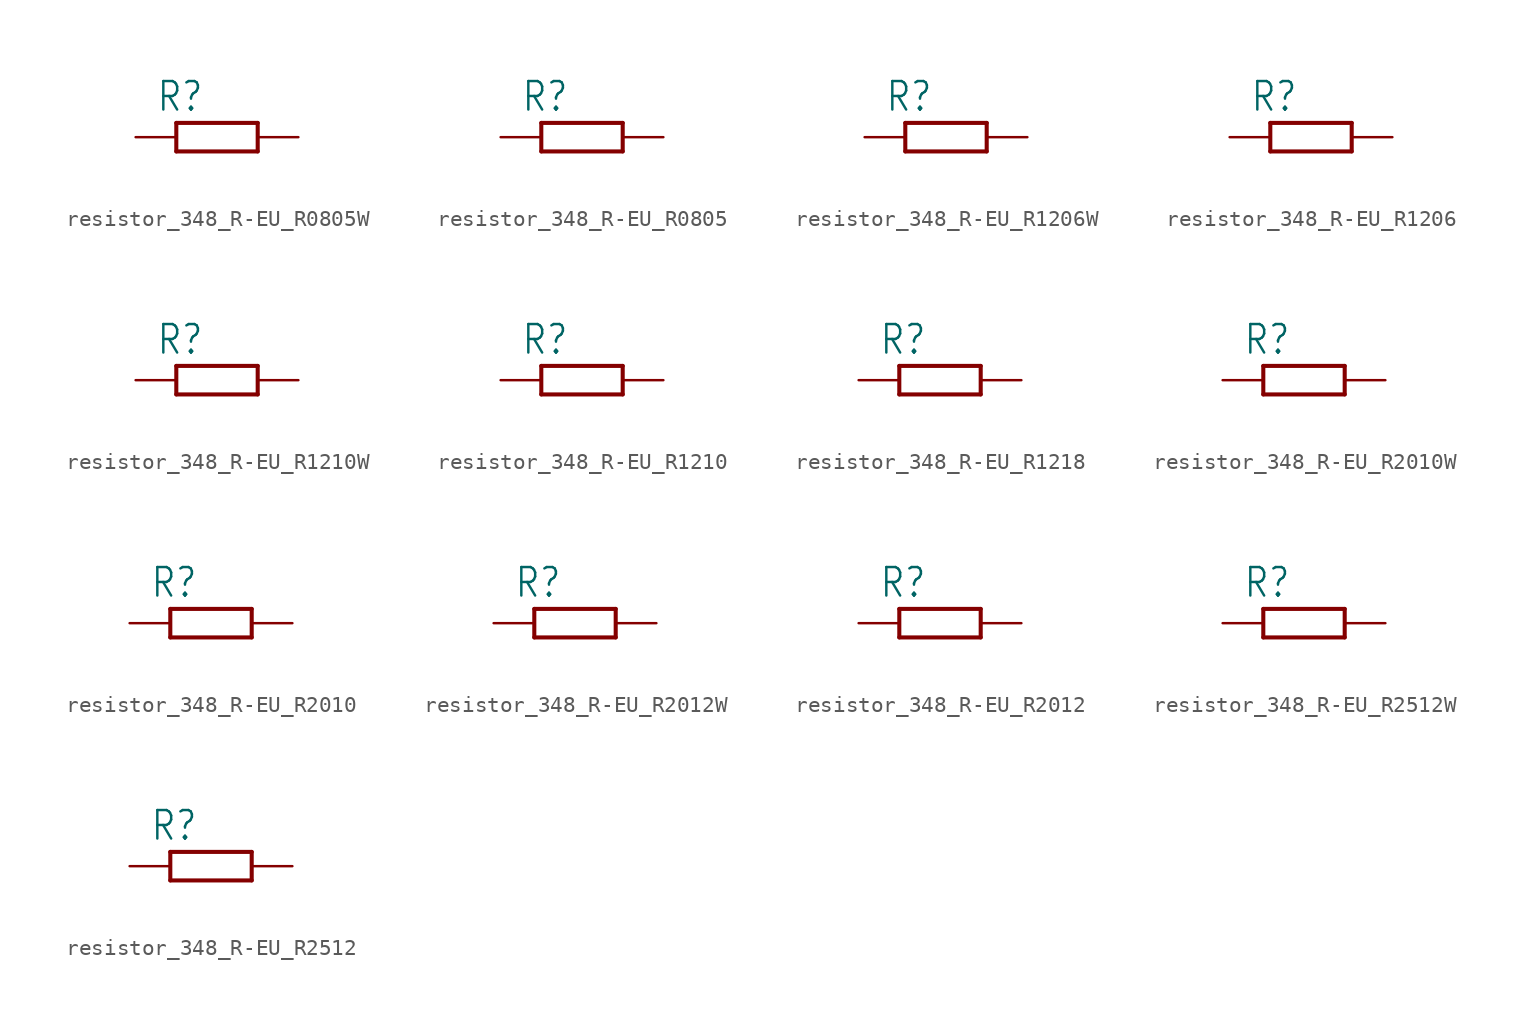
<source format=kicad_sym>
(kicad_symbol_lib
  (version 20241209)
  (generator "kicad_symbol_editor")
  (generator_version "9.0")
  (symbol "resistor_348_R-EU_R0805W"
    (property "Reference" "R"
      (at -3.81 1.499 0)
      (effects (font (size 1.778 1.511)) (justify left bottom)))
    (property "Value" ""
      (at -3.81 -3.302 0)
      (effects (font (size 1.778 1.511)) (justify left bottom)))
    (property "ki_locked" ""
      (at 0 0 0)
      (effects (font (size 1.27 1.27))))
    (symbol "resistor_348_R-EU_R0805W_1_0"
      (polyline (pts (xy -2.54 -0.889) (xy -2.54 0.889)) (stroke (width 0.254) (type solid)) (fill (type none)))
      (polyline (pts (xy -2.54 -0.889) (xy 2.54 -0.889)) (stroke (width 0.254) (type solid)) (fill (type none)))
      (polyline (pts (xy 2.54 0.889) (xy -2.54 0.889)) (stroke (width 0.254) (type solid)) (fill (type none)))
      (polyline (pts (xy 2.54 -0.889) (xy 2.54 0.889)) (stroke (width 0.254) (type solid)) (fill (type none)))
      (pin passive line (at -5.08 0 0) (length 2.54) (name "1" (effects (font (size 0 0)))) (number "1" (effects (font (size 0 0)))))
      (pin passive line (at 5.08 0 180) (length 2.54) (name "2" (effects (font (size 0 0)))) (number "2" (effects (font (size 0 0)))))))
  (symbol "resistor_348_R-EU_R0805"
    (property "Reference" "R"
      (at -3.81 1.499 0)
      (effects (font (size 1.778 1.511)) (justify left bottom)))
    (property "Value" ""
      (at -3.81 -3.302 0)
      (effects (font (size 1.778 1.511)) (justify left bottom)))
    (property "ki_locked" ""
      (at 0 0 0)
      (effects (font (size 1.27 1.27))))
    (symbol "resistor_348_R-EU_R0805_1_0"
      (polyline (pts (xy -2.54 -0.889) (xy -2.54 0.889)) (stroke (width 0.254) (type solid)) (fill (type none)))
      (polyline (pts (xy -2.54 -0.889) (xy 2.54 -0.889)) (stroke (width 0.254) (type solid)) (fill (type none)))
      (polyline (pts (xy 2.54 0.889) (xy -2.54 0.889)) (stroke (width 0.254) (type solid)) (fill (type none)))
      (polyline (pts (xy 2.54 -0.889) (xy 2.54 0.889)) (stroke (width 0.254) (type solid)) (fill (type none)))
      (pin passive line (at -5.08 0 0) (length 2.54) (name "1" (effects (font (size 0 0)))) (number "1" (effects (font (size 0 0)))))
      (pin passive line (at 5.08 0 180) (length 2.54) (name "2" (effects (font (size 0 0)))) (number "2" (effects (font (size 0 0)))))))
  (symbol "resistor_348_R-EU_R1206W"
    (property "Reference" "R"
      (at -3.81 1.499 0)
      (effects (font (size 1.778 1.511)) (justify left bottom)))
    (property "Value" ""
      (at -3.81 -3.302 0)
      (effects (font (size 1.778 1.511)) (justify left bottom)))
    (property "ki_locked" ""
      (at 0 0 0)
      (effects (font (size 1.27 1.27))))
    (symbol "resistor_348_R-EU_R1206W_1_0"
      (polyline (pts (xy -2.54 -0.889) (xy -2.54 0.889)) (stroke (width 0.254) (type solid)) (fill (type none)))
      (polyline (pts (xy -2.54 -0.889) (xy 2.54 -0.889)) (stroke (width 0.254) (type solid)) (fill (type none)))
      (polyline (pts (xy 2.54 0.889) (xy -2.54 0.889)) (stroke (width 0.254) (type solid)) (fill (type none)))
      (polyline (pts (xy 2.54 -0.889) (xy 2.54 0.889)) (stroke (width 0.254) (type solid)) (fill (type none)))
      (pin passive line (at -5.08 0 0) (length 2.54) (name "1" (effects (font (size 0 0)))) (number "1" (effects (font (size 0 0)))))
      (pin passive line (at 5.08 0 180) (length 2.54) (name "2" (effects (font (size 0 0)))) (number "2" (effects (font (size 0 0)))))))
  (symbol "resistor_348_R-EU_R1206"
    (property "Reference" "R"
      (at -3.81 1.499 0)
      (effects (font (size 1.778 1.511)) (justify left bottom)))
    (property "Value" ""
      (at -3.81 -3.302 0)
      (effects (font (size 1.778 1.511)) (justify left bottom)))
    (property "ki_locked" ""
      (at 0 0 0)
      (effects (font (size 1.27 1.27))))
    (symbol "resistor_348_R-EU_R1206_1_0"
      (polyline (pts (xy -2.54 -0.889) (xy -2.54 0.889)) (stroke (width 0.254) (type solid)) (fill (type none)))
      (polyline (pts (xy -2.54 -0.889) (xy 2.54 -0.889)) (stroke (width 0.254) (type solid)) (fill (type none)))
      (polyline (pts (xy 2.54 0.889) (xy -2.54 0.889)) (stroke (width 0.254) (type solid)) (fill (type none)))
      (polyline (pts (xy 2.54 -0.889) (xy 2.54 0.889)) (stroke (width 0.254) (type solid)) (fill (type none)))
      (pin passive line (at -5.08 0 0) (length 2.54) (name "1" (effects (font (size 0 0)))) (number "1" (effects (font (size 0 0)))))
      (pin passive line (at 5.08 0 180) (length 2.54) (name "2" (effects (font (size 0 0)))) (number "2" (effects (font (size 0 0)))))))
  (symbol "resistor_348_R-EU_R1210W"
    (property "Reference" "R"
      (at -3.81 1.499 0)
      (effects (font (size 1.778 1.511)) (justify left bottom)))
    (property "Value" ""
      (at -3.81 -3.302 0)
      (effects (font (size 1.778 1.511)) (justify left bottom)))
    (property "ki_locked" ""
      (at 0 0 0)
      (effects (font (size 1.27 1.27))))
    (symbol "resistor_348_R-EU_R1210W_1_0"
      (polyline (pts (xy -2.54 -0.889) (xy -2.54 0.889)) (stroke (width 0.254) (type solid)) (fill (type none)))
      (polyline (pts (xy -2.54 -0.889) (xy 2.54 -0.889)) (stroke (width 0.254) (type solid)) (fill (type none)))
      (polyline (pts (xy 2.54 0.889) (xy -2.54 0.889)) (stroke (width 0.254) (type solid)) (fill (type none)))
      (polyline (pts (xy 2.54 -0.889) (xy 2.54 0.889)) (stroke (width 0.254) (type solid)) (fill (type none)))
      (pin passive line (at -5.08 0 0) (length 2.54) (name "1" (effects (font (size 0 0)))) (number "1" (effects (font (size 0 0)))))
      (pin passive line (at 5.08 0 180) (length 2.54) (name "2" (effects (font (size 0 0)))) (number "2" (effects (font (size 0 0)))))))
  (symbol "resistor_348_R-EU_R1210"
    (property "Reference" "R"
      (at -3.81 1.499 0)
      (effects (font (size 1.778 1.511)) (justify left bottom)))
    (property "Value" ""
      (at -3.81 -3.302 0)
      (effects (font (size 1.778 1.511)) (justify left bottom)))
    (property "ki_locked" ""
      (at 0 0 0)
      (effects (font (size 1.27 1.27))))
    (symbol "resistor_348_R-EU_R1210_1_0"
      (polyline (pts (xy -2.54 -0.889) (xy -2.54 0.889)) (stroke (width 0.254) (type solid)) (fill (type none)))
      (polyline (pts (xy -2.54 -0.889) (xy 2.54 -0.889)) (stroke (width 0.254) (type solid)) (fill (type none)))
      (polyline (pts (xy 2.54 0.889) (xy -2.54 0.889)) (stroke (width 0.254) (type solid)) (fill (type none)))
      (polyline (pts (xy 2.54 -0.889) (xy 2.54 0.889)) (stroke (width 0.254) (type solid)) (fill (type none)))
      (pin passive line (at -5.08 0 0) (length 2.54) (name "1" (effects (font (size 0 0)))) (number "1" (effects (font (size 0 0)))))
      (pin passive line (at 5.08 0 180) (length 2.54) (name "2" (effects (font (size 0 0)))) (number "2" (effects (font (size 0 0)))))))
  (symbol "resistor_348_R-EU_R1218"
    (property "Reference" "R"
      (at -3.81 1.499 0)
      (effects (font (size 1.778 1.511)) (justify left bottom)))
    (property "Value" ""
      (at -3.81 -3.302 0)
      (effects (font (size 1.778 1.511)) (justify left bottom)))
    (property "ki_locked" ""
      (at 0 0 0)
      (effects (font (size 1.27 1.27))))
    (symbol "resistor_348_R-EU_R1218_1_0"
      (polyline (pts (xy -2.54 -0.889) (xy -2.54 0.889)) (stroke (width 0.254) (type solid)) (fill (type none)))
      (polyline (pts (xy -2.54 -0.889) (xy 2.54 -0.889)) (stroke (width 0.254) (type solid)) (fill (type none)))
      (polyline (pts (xy 2.54 0.889) (xy -2.54 0.889)) (stroke (width 0.254) (type solid)) (fill (type none)))
      (polyline (pts (xy 2.54 -0.889) (xy 2.54 0.889)) (stroke (width 0.254) (type solid)) (fill (type none)))
      (pin passive line (at -5.08 0 0) (length 2.54) (name "1" (effects (font (size 0 0)))) (number "1" (effects (font (size 0 0)))))
      (pin passive line (at 5.08 0 180) (length 2.54) (name "2" (effects (font (size 0 0)))) (number "2" (effects (font (size 0 0)))))))
  (symbol "resistor_348_R-EU_R2010W"
    (property "Reference" "R"
      (at -3.81 1.499 0)
      (effects (font (size 1.778 1.511)) (justify left bottom)))
    (property "Value" ""
      (at -3.81 -3.302 0)
      (effects (font (size 1.778 1.511)) (justify left bottom)))
    (property "ki_locked" ""
      (at 0 0 0)
      (effects (font (size 1.27 1.27))))
    (symbol "resistor_348_R-EU_R2010W_1_0"
      (polyline (pts (xy -2.54 -0.889) (xy -2.54 0.889)) (stroke (width 0.254) (type solid)) (fill (type none)))
      (polyline (pts (xy -2.54 -0.889) (xy 2.54 -0.889)) (stroke (width 0.254) (type solid)) (fill (type none)))
      (polyline (pts (xy 2.54 0.889) (xy -2.54 0.889)) (stroke (width 0.254) (type solid)) (fill (type none)))
      (polyline (pts (xy 2.54 -0.889) (xy 2.54 0.889)) (stroke (width 0.254) (type solid)) (fill (type none)))
      (pin passive line (at -5.08 0 0) (length 2.54) (name "1" (effects (font (size 0 0)))) (number "1" (effects (font (size 0 0)))))
      (pin passive line (at 5.08 0 180) (length 2.54) (name "2" (effects (font (size 0 0)))) (number "2" (effects (font (size 0 0)))))))
  (symbol "resistor_348_R-EU_R2010"
    (property "Reference" "R"
      (at -3.81 1.499 0)
      (effects (font (size 1.778 1.511)) (justify left bottom)))
    (property "Value" ""
      (at -3.81 -3.302 0)
      (effects (font (size 1.778 1.511)) (justify left bottom)))
    (property "ki_locked" ""
      (at 0 0 0)
      (effects (font (size 1.27 1.27))))
    (symbol "resistor_348_R-EU_R2010_1_0"
      (polyline (pts (xy -2.54 -0.889) (xy -2.54 0.889)) (stroke (width 0.254) (type solid)) (fill (type none)))
      (polyline (pts (xy -2.54 -0.889) (xy 2.54 -0.889)) (stroke (width 0.254) (type solid)) (fill (type none)))
      (polyline (pts (xy 2.54 0.889) (xy -2.54 0.889)) (stroke (width 0.254) (type solid)) (fill (type none)))
      (polyline (pts (xy 2.54 -0.889) (xy 2.54 0.889)) (stroke (width 0.254) (type solid)) (fill (type none)))
      (pin passive line (at -5.08 0 0) (length 2.54) (name "1" (effects (font (size 0 0)))) (number "1" (effects (font (size 0 0)))))
      (pin passive line (at 5.08 0 180) (length 2.54) (name "2" (effects (font (size 0 0)))) (number "2" (effects (font (size 0 0)))))))
  (symbol "resistor_348_R-EU_R2012W"
    (property "Reference" "R"
      (at -3.81 1.499 0)
      (effects (font (size 1.778 1.511)) (justify left bottom)))
    (property "Value" ""
      (at -3.81 -3.302 0)
      (effects (font (size 1.778 1.511)) (justify left bottom)))
    (property "ki_locked" ""
      (at 0 0 0)
      (effects (font (size 1.27 1.27))))
    (symbol "resistor_348_R-EU_R2012W_1_0"
      (polyline (pts (xy -2.54 -0.889) (xy -2.54 0.889)) (stroke (width 0.254) (type solid)) (fill (type none)))
      (polyline (pts (xy -2.54 -0.889) (xy 2.54 -0.889)) (stroke (width 0.254) (type solid)) (fill (type none)))
      (polyline (pts (xy 2.54 0.889) (xy -2.54 0.889)) (stroke (width 0.254) (type solid)) (fill (type none)))
      (polyline (pts (xy 2.54 -0.889) (xy 2.54 0.889)) (stroke (width 0.254) (type solid)) (fill (type none)))
      (pin passive line (at -5.08 0 0) (length 2.54) (name "1" (effects (font (size 0 0)))) (number "1" (effects (font (size 0 0)))))
      (pin passive line (at 5.08 0 180) (length 2.54) (name "2" (effects (font (size 0 0)))) (number "2" (effects (font (size 0 0)))))))
  (symbol "resistor_348_R-EU_R2012"
    (property "Reference" "R"
      (at -3.81 1.499 0)
      (effects (font (size 1.778 1.511)) (justify left bottom)))
    (property "Value" ""
      (at -3.81 -3.302 0)
      (effects (font (size 1.778 1.511)) (justify left bottom)))
    (property "ki_locked" ""
      (at 0 0 0)
      (effects (font (size 1.27 1.27))))
    (symbol "resistor_348_R-EU_R2012_1_0"
      (polyline (pts (xy -2.54 -0.889) (xy -2.54 0.889)) (stroke (width 0.254) (type solid)) (fill (type none)))
      (polyline (pts (xy -2.54 -0.889) (xy 2.54 -0.889)) (stroke (width 0.254) (type solid)) (fill (type none)))
      (polyline (pts (xy 2.54 0.889) (xy -2.54 0.889)) (stroke (width 0.254) (type solid)) (fill (type none)))
      (polyline (pts (xy 2.54 -0.889) (xy 2.54 0.889)) (stroke (width 0.254) (type solid)) (fill (type none)))
      (pin passive line (at -5.08 0 0) (length 2.54) (name "1" (effects (font (size 0 0)))) (number "1" (effects (font (size 0 0)))))
      (pin passive line (at 5.08 0 180) (length 2.54) (name "2" (effects (font (size 0 0)))) (number "2" (effects (font (size 0 0)))))))
  (symbol "resistor_348_R-EU_R2512W"
    (property "Reference" "R"
      (at -3.81 1.499 0)
      (effects (font (size 1.778 1.511)) (justify left bottom)))
    (property "Value" ""
      (at -3.81 -3.302 0)
      (effects (font (size 1.778 1.511)) (justify left bottom)))
    (property "ki_locked" ""
      (at 0 0 0)
      (effects (font (size 1.27 1.27))))
    (symbol "resistor_348_R-EU_R2512W_1_0"
      (polyline (pts (xy -2.54 -0.889) (xy -2.54 0.889)) (stroke (width 0.254) (type solid)) (fill (type none)))
      (polyline (pts (xy -2.54 -0.889) (xy 2.54 -0.889)) (stroke (width 0.254) (type solid)) (fill (type none)))
      (polyline (pts (xy 2.54 0.889) (xy -2.54 0.889)) (stroke (width 0.254) (type solid)) (fill (type none)))
      (polyline (pts (xy 2.54 -0.889) (xy 2.54 0.889)) (stroke (width 0.254) (type solid)) (fill (type none)))
      (pin passive line (at -5.08 0 0) (length 2.54) (name "1" (effects (font (size 0 0)))) (number "1" (effects (font (size 0 0)))))
      (pin passive line (at 5.08 0 180) (length 2.54) (name "2" (effects (font (size 0 0)))) (number "2" (effects (font (size 0 0)))))))
  (symbol "resistor_348_R-EU_R2512"
    (property "Reference" "R"
      (at -3.81 1.499 0)
      (effects (font (size 1.778 1.511)) (justify left bottom)))
    (property "Value" ""
      (at -3.81 -3.302 0)
      (effects (font (size 1.778 1.511)) (justify left bottom)))
    (property "ki_locked" ""
      (at 0 0 0)
      (effects (font (size 1.27 1.27))))
    (symbol "resistor_348_R-EU_R2512_1_0"
      (polyline (pts (xy -2.54 -0.889) (xy -2.54 0.889)) (stroke (width 0.254) (type solid)) (fill (type none)))
      (polyline (pts (xy -2.54 -0.889) (xy 2.54 -0.889)) (stroke (width 0.254) (type solid)) (fill (type none)))
      (polyline (pts (xy 2.54 0.889) (xy -2.54 0.889)) (stroke (width 0.254) (type solid)) (fill (type none)))
      (polyline (pts (xy 2.54 -0.889) (xy 2.54 0.889)) (stroke (width 0.254) (type solid)) (fill (type none)))
      (pin passive line (at -5.08 0 0) (length 2.54) (name "1" (effects (font (size 0 0)))) (number "1" (effects (font (size 0 0)))))
      (pin passive line (at 5.08 0 180) (length 2.54) (name "2" (effects (font (size 0 0)))) (number "2" (effects (font (size 0 0))))))))
</source>
